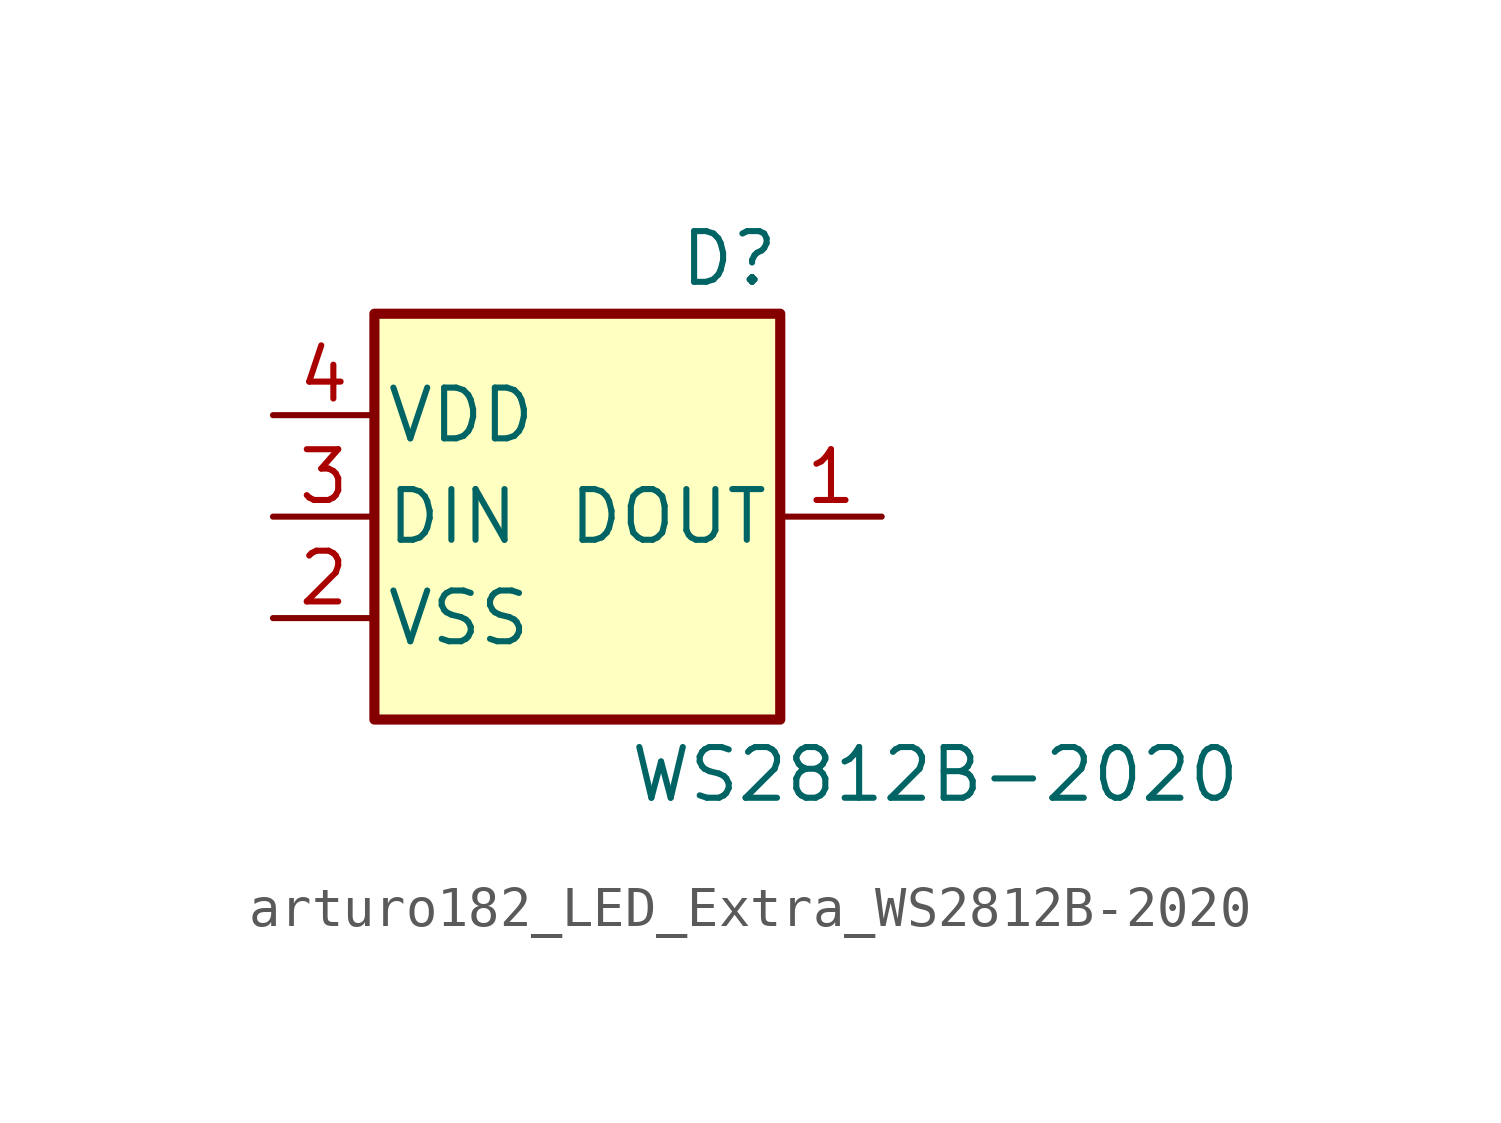
<source format=kicad_sym>
(kicad_symbol_lib
  (version 20220914)
  (generator kicad_symbol_editor)
  (symbol "arturo182_LED_Extra_WS2812B-2020"
    (pin_names
      (offset 0.254))
    (property "Reference" "D"
      (at 5.08 5.715 0)
      (effects (font (size 1.27 1.27)) (justify right bottom)))
    (property "Value" "WS2812B-2020"
      (at 1.27 -5.715 0)
      (effects (font (size 1.27 1.27)) (justify left top)))
    (symbol "arturo182_LED_Extra_WS2812B-2020_0_1"
      (rectangle (start -5.08 5.08) (end 5.08 -5.08) (stroke (width 0.254) (type default)) (fill (type background))))
    (symbol "arturo182_LED_Extra_WS2812B-2020_1_1"
      (pin output line (at 7.62 0 180) (length 2.54) (name "DOUT" (effects (font (size 1.27 1.27)))) (number "1" (effects (font (size 1.27 1.27)))))
      (pin power_in line (at -7.62 -2.54 0) (length 2.54) (name "VSS" (effects (font (size 1.27 1.27)))) (number "2" (effects (font (size 1.27 1.27)))))
      (pin input line (at -7.62 0 0) (length 2.54) (name "DIN" (effects (font (size 1.27 1.27)))) (number "3" (effects (font (size 1.27 1.27)))))
      (pin power_in line (at -7.62 2.54 0) (length 2.54) (name "VDD" (effects (font (size 1.27 1.27)))) (number "4" (effects (font (size 1.27 1.27))))))))
</source>
